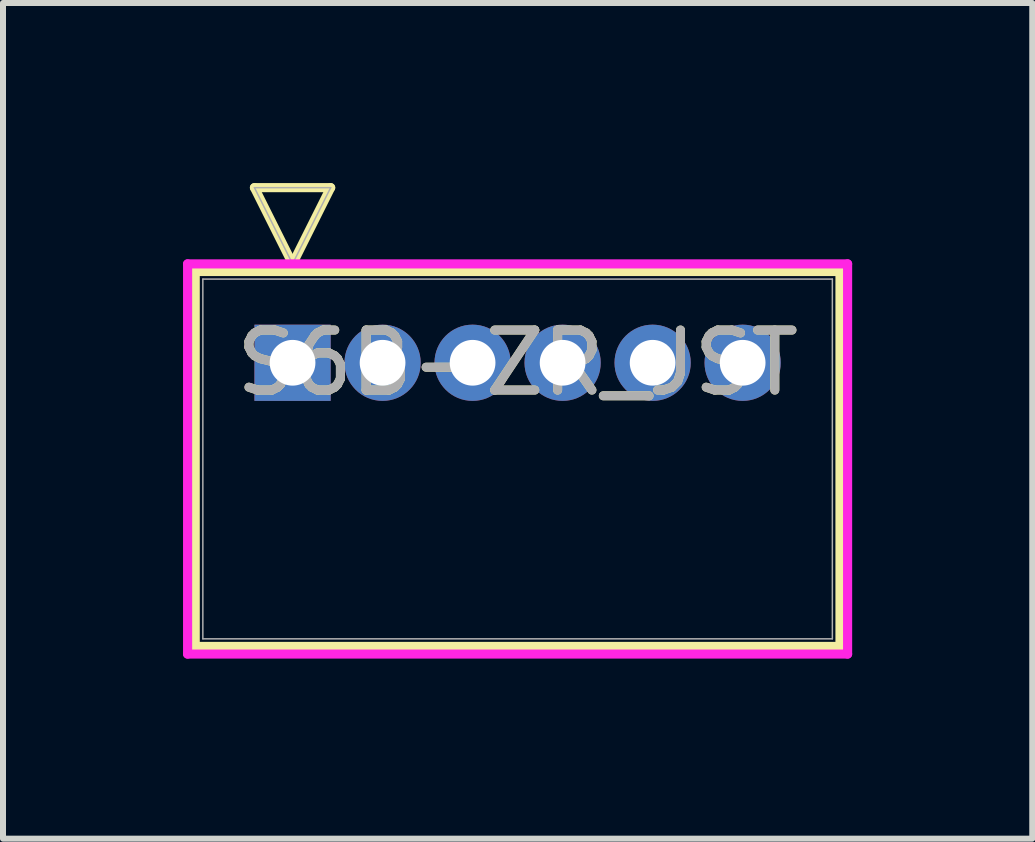
<source format=kicad_pcb>
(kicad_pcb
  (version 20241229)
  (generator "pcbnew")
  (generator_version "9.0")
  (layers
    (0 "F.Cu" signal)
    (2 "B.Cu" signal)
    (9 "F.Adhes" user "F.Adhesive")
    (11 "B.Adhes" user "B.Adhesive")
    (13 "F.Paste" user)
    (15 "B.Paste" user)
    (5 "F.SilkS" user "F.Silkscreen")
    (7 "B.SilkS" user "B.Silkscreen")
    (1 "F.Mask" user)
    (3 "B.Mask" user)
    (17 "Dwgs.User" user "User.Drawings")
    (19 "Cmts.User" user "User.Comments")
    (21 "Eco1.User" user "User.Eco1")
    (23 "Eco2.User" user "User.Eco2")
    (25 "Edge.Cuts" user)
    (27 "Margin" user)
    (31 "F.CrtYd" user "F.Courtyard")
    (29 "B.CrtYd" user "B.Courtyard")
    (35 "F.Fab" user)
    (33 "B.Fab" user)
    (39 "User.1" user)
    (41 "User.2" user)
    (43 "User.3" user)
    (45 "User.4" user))
  (footprint "S6B-ZR_JST"
    (layer "F.Cu")
    (at 1.825 2.995)
    (property "Reference" "S6B-ZR_JST" (at 3.75 0 0) (unlocked yes) (layer "F.SilkS") (effects (font (size 1 1) (thickness 0.15))))
    (attr through_hole)
    (fp_line (start -1.622 -1.521) (end -1.622 4.727) (stroke (width 0.152) (type solid)) (layer "F.SilkS"))
    (fp_line (start -1.622 4.727) (end 9.122 4.727) (stroke (width 0.152) (type solid)) (layer "F.SilkS"))
    (fp_line (start -0.635 -2.918) (end 0.635 -2.918) (stroke (width 0.152) (type solid)) (layer "F.SilkS"))
    (fp_line (start 0 -1.648) (end -0.635 -2.918) (stroke (width 0.152) (type solid)) (layer "F.SilkS"))
    (fp_line (start 0.635 -2.918) (end 0 -1.648) (stroke (width 0.152) (type solid)) (layer "F.SilkS"))
    (fp_line (start 9.122 -1.521) (end -1.622 -1.521) (stroke (width 0.152) (type solid)) (layer "F.SilkS"))
    (fp_line (start 9.122 4.727) (end 9.122 -1.521) (stroke (width 0.152) (type solid)) (layer "F.SilkS"))
    (fp_line (start -1.749 -1.648) (end -1.749 4.854) (stroke (width 0.152) (type solid)) (layer "F.CrtYd"))
    (fp_line (start -1.749 4.854) (end 9.249 4.854) (stroke (width 0.152) (type solid)) (layer "F.CrtYd"))
    (fp_line (start 9.249 -1.648) (end -1.749 -1.648) (stroke (width 0.152) (type solid)) (layer "F.CrtYd"))
    (fp_line (start 9.249 4.854) (end 9.249 -1.648) (stroke (width 0.152) (type solid)) (layer "F.CrtYd"))
    (fp_line (start -1.495 -1.394) (end -1.495 4.6) (stroke (width 0.025) (type solid)) (layer "F.Fab"))
    (fp_line (start -1.495 4.6) (end 8.995 4.6) (stroke (width 0.025) (type solid)) (layer "F.Fab"))
    (fp_line (start -0.635 -2.918) (end 0.635 -2.918) (stroke (width 0.025) (type solid)) (layer "F.Fab"))
    (fp_line (start 0 -1.648) (end -0.635 -2.918) (stroke (width 0.025) (type solid)) (layer "F.Fab"))
    (fp_line (start 0.635 -2.918) (end 0 -1.648) (stroke (width 0.025) (type solid)) (layer "F.Fab"))
    (fp_line (start 8.995 -1.394) (end -1.495 -1.394) (stroke (width 0.025) (type solid)) (layer "F.Fab"))
    (fp_line (start 8.995 4.6) (end 8.995 -1.394) (stroke (width 0.025) (type solid)) (layer "F.Fab"))
    (fp_text user "${REFERENCE}" (at 3.75 0 0) (unlocked yes) (layer "F.Fab") (effects (font (size 1 1) (thickness 0.15))))
    (pad "1" thru_hole rect (at 0 0) (size 1.27 1.27) (drill 0.762) (layers "*.Cu" "*.Mask"))
    (pad "2" thru_hole circle (at 1.5 0) (size 1.27 1.27) (drill 0.762) (layers "*.Cu" "*.Mask"))
    (pad "3" thru_hole circle (at 3 0) (size 1.27 1.27) (drill 0.762) (layers "*.Cu" "*.Mask"))
    (pad "4" thru_hole circle (at 4.5 0) (size 1.27 1.27) (drill 0.762) (layers "*.Cu" "*.Mask"))
    (pad "5" thru_hole circle (at 6 0) (size 1.27 1.27) (drill 0.762) (layers "*.Cu" "*.Mask"))
    (pad "6" thru_hole circle (at 7.5 0) (size 1.27 1.27) (drill 0.762) (layers "*.Cu" "*.Mask")))
  (gr_rect
    (start -3 -3)
    (end 14.151 10.925)
    (stroke (width 0.1) (type default))
    (fill no)
    (layer "Edge.Cuts")))
</source>
